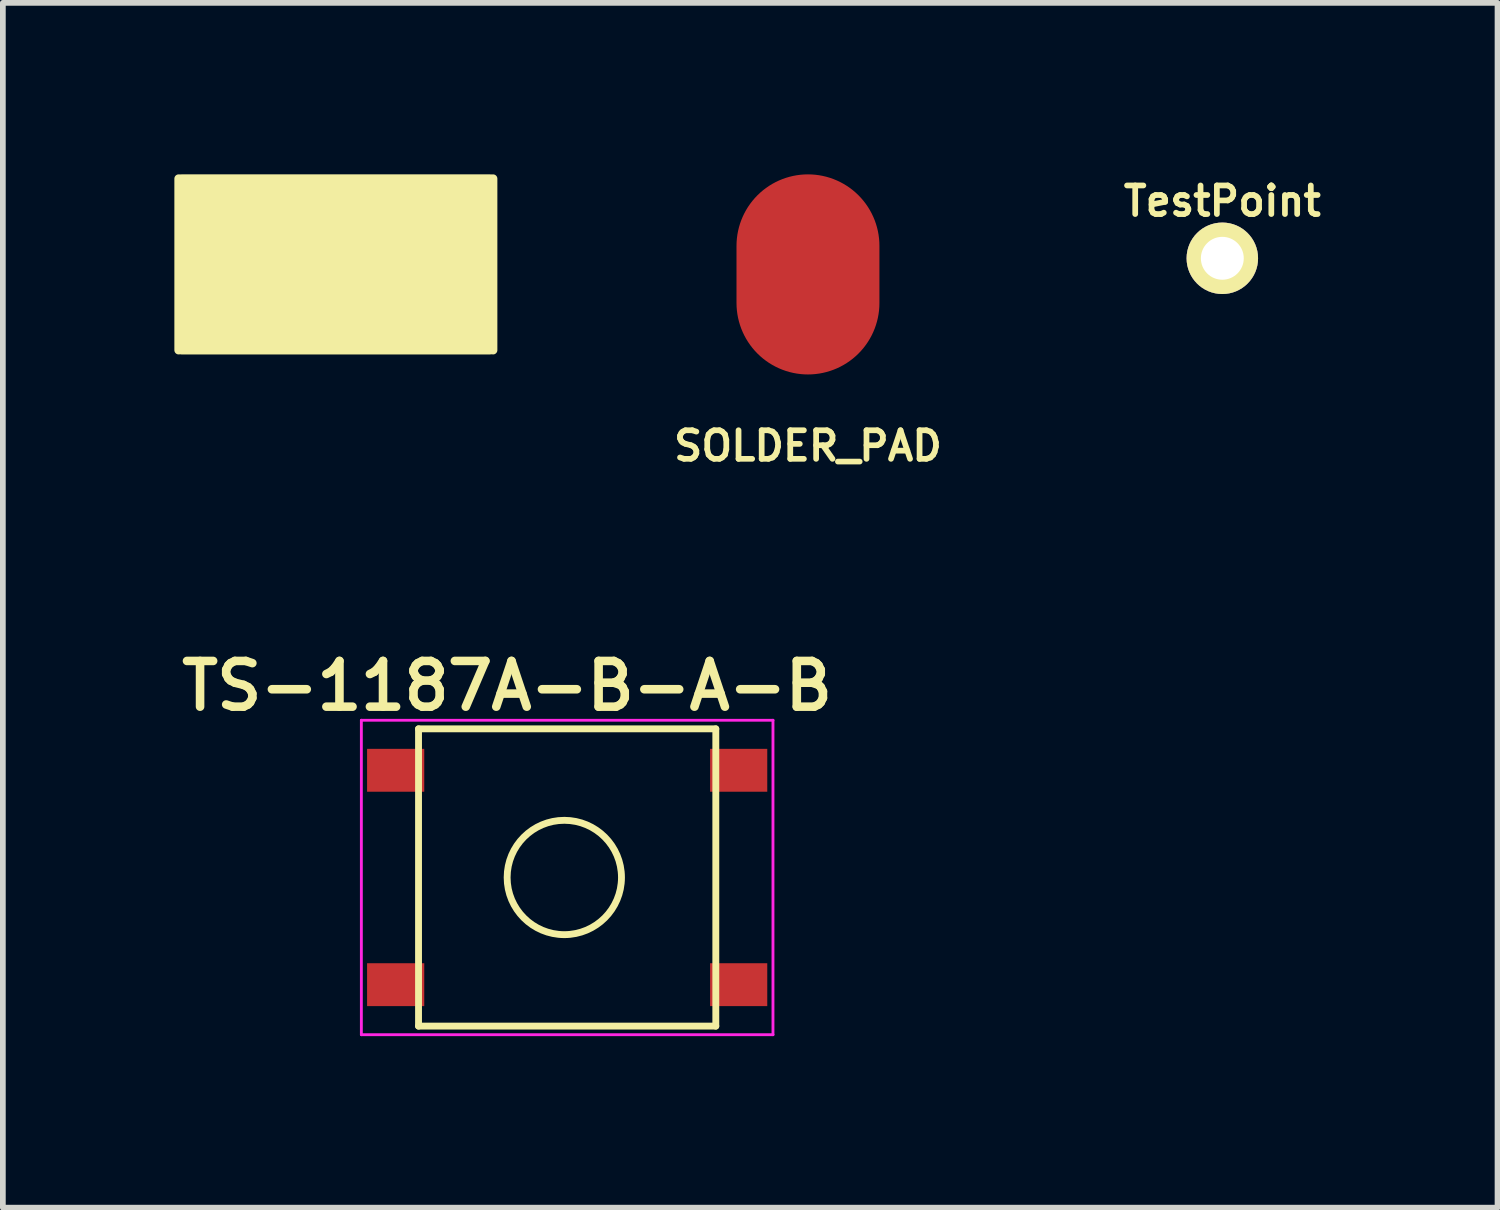
<source format=kicad_pcb>
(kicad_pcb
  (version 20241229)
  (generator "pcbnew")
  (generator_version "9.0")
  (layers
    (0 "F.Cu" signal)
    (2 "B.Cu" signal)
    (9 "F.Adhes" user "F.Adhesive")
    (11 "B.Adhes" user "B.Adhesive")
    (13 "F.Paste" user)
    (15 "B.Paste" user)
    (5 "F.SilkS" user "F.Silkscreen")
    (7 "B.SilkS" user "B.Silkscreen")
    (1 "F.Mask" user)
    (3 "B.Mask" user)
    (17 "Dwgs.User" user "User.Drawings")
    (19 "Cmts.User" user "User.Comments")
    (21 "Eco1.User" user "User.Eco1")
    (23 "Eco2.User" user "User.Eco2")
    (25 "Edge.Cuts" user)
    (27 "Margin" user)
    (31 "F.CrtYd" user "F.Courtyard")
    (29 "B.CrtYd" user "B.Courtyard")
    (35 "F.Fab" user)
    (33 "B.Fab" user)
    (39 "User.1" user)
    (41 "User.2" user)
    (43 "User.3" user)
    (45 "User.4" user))
  (footprint "TS-1187A-B-A-B"
    (layer "F.Cu")
    (at 6.821 12.299)
    (property "Reference" "TS-1187A-B-A-B" (at -1 -3.35 0) (layer "F.SilkS") (effects (font (size 0.8 0.8) (thickness 0.15))))
    (attr smd)
    (fp_line (start -2.55 -2.6) (end -2.55 2.6) (stroke (width 0.12) (type solid)) (layer "F.SilkS"))
    (fp_line (start -2.55 -2.6) (end 2.65 -2.6) (stroke (width 0.12) (type solid)) (layer "F.SilkS"))
    (fp_line (start -2.55 2.6) (end 2.65 2.6) (stroke (width 0.12) (type solid)) (layer "F.SilkS"))
    (fp_line (start 2.65 -2.6) (end 2.65 2.6) (stroke (width 0.12) (type solid)) (layer "F.SilkS"))
    (fp_circle (center 0 0) (end 1 0) (stroke (width 0.12) (type solid)) (fill no) (layer "F.SilkS"))
    (fp_line (start -3.55 -2.75) (end 3.65 -2.75) (stroke (width 0.05) (type solid)) (layer "F.CrtYd"))
    (fp_line (start -3.55 2.75) (end -3.55 -2.75) (stroke (width 0.05) (type solid)) (layer "F.CrtYd"))
    (fp_line (start 3.65 -2.75) (end 3.65 2.75) (stroke (width 0.05) (type solid)) (layer "F.CrtYd"))
    (fp_line (start 3.65 2.75) (end -3.55 2.75) (stroke (width 0.05) (type solid)) (layer "F.CrtYd"))
    (pad "1" smd rect (at -2.95 -1.875 270) (size 0.75 1) (layers "F.Cu" "F.Mask" "F.Paste"))
    (pad "2" smd rect (at -2.95 1.875 270) (size 0.75 1) (layers "F.Cu" "F.Mask" "F.Paste"))
    (pad "3" smd rect (at 3.05 -1.875 270) (size 0.75 1) (layers "F.Cu" "F.Mask" "F.Paste"))
    (pad "4" smd rect (at 3.05 1.875 270) (size 0.75 1) (layers "F.Cu" "F.Mask" "F.Paste")))
  (footprint "SOLDER_PAD"
    (layer "F.Cu")
    (at 11.083 1.75)
    (property "Reference" "SOLDER_PAD" (at 0 3 0) (layer "F.SilkS") (effects (font (size 0.5 0.5) (thickness 0.1))))
    (attr through_hole)
    (pad "1" smd oval (at 0 0) (size 2.5 3.5) (layers "F.Cu" "F.Mask" "F.Paste")))
  (footprint "TestPoint"
    (layer "F.Cu")
    (at 18.331 1.468)
    (property "Reference" "TestPoint" (at 0 -1 0) (layer "F.SilkS") (effects (font (size 0.5 0.5) (thickness 0.1))))
    (attr through_hole)
    (pad "1" thru_hole circle (at 0 0) (size 1.25 1.25) (drill 0.75) (layers "*.Cu" "*.Mask" "F.SilkS")))
  (footprint "SN_BLOCK"
    (layer "F.Cu")
    (at 2.825 1.575)
    (property "Reference" "SN_BLOCK" (at 0 0.1 0) (layer "F.SilkS") (effects (font (size 0.2 0.2) (thickness 0.01))))
    (attr through_hole)
    (fp_line (start -2.75 -1.5) (end -2.75 1.5) (stroke (width 0.15) (type solid)) (layer "F.SilkS"))
    (fp_line (start -2.7 -1.5) (end 2.7 -1.5) (stroke (width 0.15) (type solid)) (layer "F.SilkS"))
    (fp_line (start -2.7 -1.3) (end 2.7 -1.3) (stroke (width 0.15) (type solid)) (layer "F.SilkS"))
    (fp_line (start -2.7 -1.1) (end 2.7 -1.1) (stroke (width 0.15) (type solid)) (layer "F.SilkS"))
    (fp_line (start -2.7 -0.9) (end 2.7 -0.9) (stroke (width 0.15) (type solid)) (layer "F.SilkS"))
    (fp_line (start -2.7 -0.7) (end 2.7 -0.7) (stroke (width 0.15) (type solid)) (layer "F.SilkS"))
    (fp_line (start -2.7 -0.5) (end 2.7 -0.5) (stroke (width 0.15) (type solid)) (layer "F.SilkS"))
    (fp_line (start -2.7 -0.3) (end 2.7 -0.3) (stroke (width 0.15) (type solid)) (layer "F.SilkS"))
    (fp_line (start -2.7 -0.1) (end 2.7 -0.1) (stroke (width 0.15) (type solid)) (layer "F.SilkS"))
    (fp_line (start -2.7 0.1) (end 2.7 0.1) (stroke (width 0.15) (type solid)) (layer "F.SilkS"))
    (fp_line (start -2.7 0.3) (end 2.7 0.3) (stroke (width 0.15) (type solid)) (layer "F.SilkS"))
    (fp_line (start -2.7 0.5) (end 2.7 0.5) (stroke (width 0.15) (type solid)) (layer "F.SilkS"))
    (fp_line (start -2.7 0.7) (end 2.7 0.7) (stroke (width 0.15) (type solid)) (layer "F.SilkS"))
    (fp_line (start -2.7 0.9) (end 2.7 0.9) (stroke (width 0.15) (type solid)) (layer "F.SilkS"))
    (fp_line (start -2.7 1.1) (end 2.7 1.1) (stroke (width 0.15) (type solid)) (layer "F.SilkS"))
    (fp_line (start -2.7 1.3) (end 2.7 1.3) (stroke (width 0.15) (type solid)) (layer "F.SilkS"))
    (fp_line (start -2.7 1.5) (end 2.7 1.5) (stroke (width 0.15) (type solid)) (layer "F.SilkS"))
    (fp_line (start 2.7 -1.4) (end -2.7 -1.4) (stroke (width 0.15) (type solid)) (layer "F.SilkS"))
    (fp_line (start 2.7 -1.2) (end -2.7 -1.2) (stroke (width 0.15) (type solid)) (layer "F.SilkS"))
    (fp_line (start 2.7 -1) (end -2.7 -1) (stroke (width 0.15) (type solid)) (layer "F.SilkS"))
    (fp_line (start 2.7 -0.8) (end -2.7 -0.8) (stroke (width 0.15) (type solid)) (layer "F.SilkS"))
    (fp_line (start 2.7 -0.6) (end -2.7 -0.6) (stroke (width 0.15) (type solid)) (layer "F.SilkS"))
    (fp_line (start 2.7 -0.4) (end -2.7 -0.4) (stroke (width 0.15) (type solid)) (layer "F.SilkS"))
    (fp_line (start 2.7 -0.2) (end -2.7 -0.2) (stroke (width 0.15) (type solid)) (layer "F.SilkS"))
    (fp_line (start 2.7 0) (end -2.7 0) (stroke (width 0.15) (type solid)) (layer "F.SilkS"))
    (fp_line (start 2.7 0.2) (end -2.7 0.2) (stroke (width 0.15) (type solid)) (layer "F.SilkS"))
    (fp_line (start 2.7 0.4) (end -2.7 0.4) (stroke (width 0.15) (type solid)) (layer "F.SilkS"))
    (fp_line (start 2.7 0.6) (end -2.7 0.6) (stroke (width 0.15) (type solid)) (layer "F.SilkS"))
    (fp_line (start 2.7 0.8) (end -2.7 0.8) (stroke (width 0.15) (type solid)) (layer "F.SilkS"))
    (fp_line (start 2.7 1) (end -2.7 1) (stroke (width 0.15) (type solid)) (layer "F.SilkS"))
    (fp_line (start 2.7 1.2) (end -2.7 1.2) (stroke (width 0.15) (type solid)) (layer "F.SilkS"))
    (fp_line (start 2.7 1.4) (end -2.7 1.4) (stroke (width 0.15) (type solid)) (layer "F.SilkS"))
    (fp_line (start 2.75 -1.5) (end 2.75 1.5) (stroke (width 0.15) (type solid)) (layer "F.SilkS")))
  (gr_rect
    (start -3 -3)
    (end 23.145 18.074)
    (stroke (width 0.1) (type default))
    (fill no)
    (layer "Edge.Cuts")))
</source>
